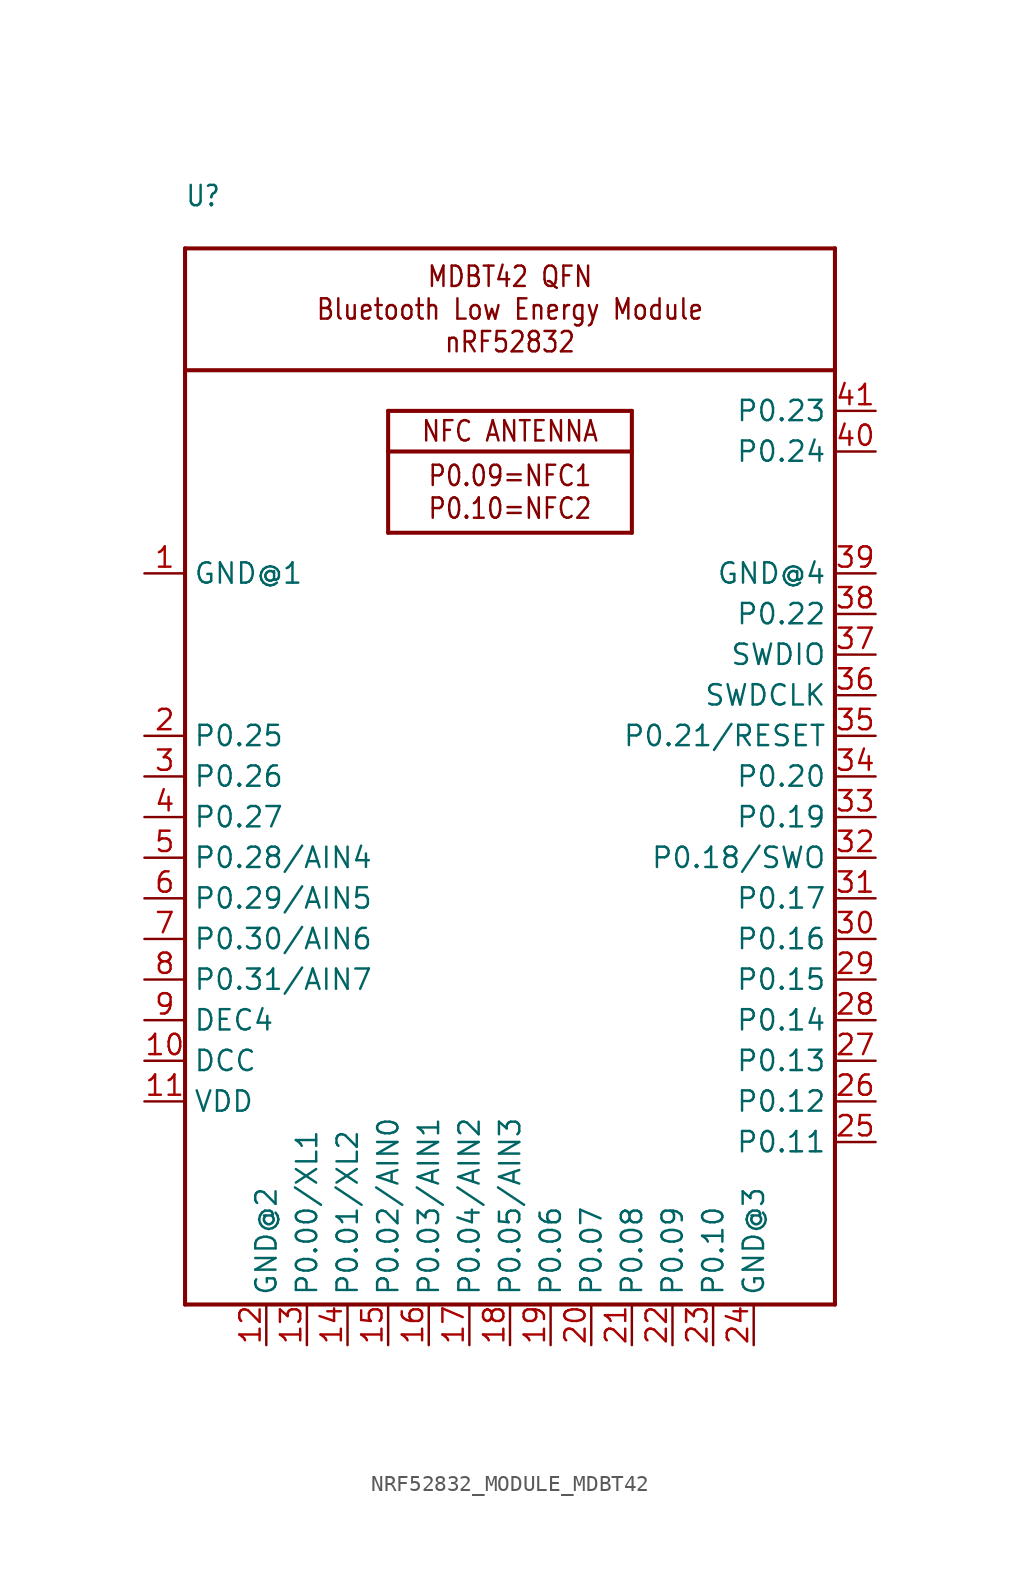
<source format=kicad_sym>
(kicad_symbol_lib
  (version 20231120)
  (generator "kicad_symbol_editor")
  (generator_version "8.0")
  (symbol "NRF52832_MODULE_MDBT42"
    (property "Reference" "U"
      (at -20.32 35.56 0)
      (effects (font (size 1.27 1.079)) (justify left bottom)))
    (property "Value" ""
      (at -17.78 22.86 0)
      (effects (font (size 1.27 1.079)) (justify left bottom)))
    (property "ki_locked" ""
      (at 0 0 0)
      (effects (font (size 1.27 1.27))))
    (symbol "NRF52832_MODULE_MDBT42_1_0"
      (polyline (pts (xy -20.32 -33.02) (xy 20.32 -33.02)) (stroke (width 0.254) (type solid)) (fill (type none)))
      (polyline (pts (xy -20.32 25.4) (xy -20.32 -33.02)) (stroke (width 0.254) (type solid)) (fill (type none)))
      (polyline (pts (xy -20.32 25.4) (xy -20.32 33.02)) (stroke (width 0.254) (type solid)) (fill (type none)))
      (polyline (pts (xy -20.32 33.02) (xy 20.32 33.02)) (stroke (width 0.254) (type solid)) (fill (type none)))
      (polyline (pts (xy -7.62 15.24) (xy -7.62 20.32)) (stroke (width 0.254) (type solid)) (fill (type none)))
      (polyline (pts (xy -7.62 20.32) (xy -7.62 22.86)) (stroke (width 0.254) (type solid)) (fill (type none)))
      (polyline (pts (xy -7.62 20.32) (xy 7.62 20.32)) (stroke (width 0.254) (type solid)) (fill (type none)))
      (polyline (pts (xy -7.62 22.86) (xy 7.62 22.86)) (stroke (width 0.254) (type solid)) (fill (type none)))
      (polyline (pts (xy 7.62 15.24) (xy -7.62 15.24)) (stroke (width 0.254) (type solid)) (fill (type none)))
      (polyline (pts (xy 7.62 20.32) (xy 7.62 15.24)) (stroke (width 0.254) (type solid)) (fill (type none)))
      (polyline (pts (xy 7.62 22.86) (xy 7.62 20.32)) (stroke (width 0.254) (type solid)) (fill (type none)))
      (polyline (pts (xy 20.32 -33.02) (xy 20.32 25.4)) (stroke (width 0.254) (type solid)) (fill (type none)))
      (polyline (pts (xy 20.32 25.4) (xy -20.32 25.4)) (stroke (width 0.254) (type solid)) (fill (type none)))
      (polyline (pts (xy 20.32 33.02) (xy 20.32 25.4)) (stroke (width 0.254) (type solid)) (fill (type none)))
      (text "MDBT42 QFN\nBluetooth Low Energy Module\nnRF52832" (at 0 29.21 0) (effects (font (size 1.27 1.079))))
      (text "NFC ANTENNA" (at 0 21.59 0) (effects (font (size 1.27 1.079))))
      (text "P0.09=NFC1\nP0.10=NFC2" (at 0 17.78 0) (effects (font (size 1.27 1.079))))
      (pin bidirectional line (at -22.86 12.7 0) (length 2.54) (name "GND@1" (effects (font (size 1.27 1.27)))) (number "1" (effects (font (size 1.27 1.27)))))
      (pin bidirectional line (at -22.86 -17.78 0) (length 2.54) (name "DCC" (effects (font (size 1.27 1.27)))) (number "10" (effects (font (size 1.27 1.27)))))
      (pin bidirectional line (at -22.86 -20.32 0) (length 2.54) (name "VDD" (effects (font (size 1.27 1.27)))) (number "11" (effects (font (size 1.27 1.27)))))
      (pin bidirectional line (at -15.24 -35.56 90) (length 2.54) (name "GND@2" (effects (font (size 1.27 1.27)))) (number "12" (effects (font (size 1.27 1.27)))))
      (pin bidirectional line (at -12.7 -35.56 90) (length 2.54) (name "P0.00/XL1" (effects (font (size 1.27 1.27)))) (number "13" (effects (font (size 1.27 1.27)))))
      (pin bidirectional line (at -10.16 -35.56 90) (length 2.54) (name "P0.01/XL2" (effects (font (size 1.27 1.27)))) (number "14" (effects (font (size 1.27 1.27)))))
      (pin bidirectional line (at -7.62 -35.56 90) (length 2.54) (name "P0.02/AIN0" (effects (font (size 1.27 1.27)))) (number "15" (effects (font (size 1.27 1.27)))))
      (pin bidirectional line (at -5.08 -35.56 90) (length 2.54) (name "P0.03/AIN1" (effects (font (size 1.27 1.27)))) (number "16" (effects (font (size 1.27 1.27)))))
      (pin bidirectional line (at -2.54 -35.56 90) (length 2.54) (name "P0.04/AIN2" (effects (font (size 1.27 1.27)))) (number "17" (effects (font (size 1.27 1.27)))))
      (pin bidirectional line (at 0 -35.56 90) (length 2.54) (name "P0.05/AIN3" (effects (font (size 1.27 1.27)))) (number "18" (effects (font (size 1.27 1.27)))))
      (pin bidirectional line (at 2.54 -35.56 90) (length 2.54) (name "P0.06" (effects (font (size 1.27 1.27)))) (number "19" (effects (font (size 1.27 1.27)))))
      (pin bidirectional line (at -22.86 2.54 0) (length 2.54) (name "P0.25" (effects (font (size 1.27 1.27)))) (number "2" (effects (font (size 1.27 1.27)))))
      (pin bidirectional line (at 5.08 -35.56 90) (length 2.54) (name "P0.07" (effects (font (size 1.27 1.27)))) (number "20" (effects (font (size 1.27 1.27)))))
      (pin bidirectional line (at 7.62 -35.56 90) (length 2.54) (name "P0.08" (effects (font (size 1.27 1.27)))) (number "21" (effects (font (size 1.27 1.27)))))
      (pin bidirectional line (at 10.16 -35.56 90) (length 2.54) (name "P0.09" (effects (font (size 1.27 1.27)))) (number "22" (effects (font (size 1.27 1.27)))))
      (pin bidirectional line (at 12.7 -35.56 90) (length 2.54) (name "P0.10" (effects (font (size 1.27 1.27)))) (number "23" (effects (font (size 1.27 1.27)))))
      (pin bidirectional line (at 15.24 -35.56 90) (length 2.54) (name "GND@3" (effects (font (size 1.27 1.27)))) (number "24" (effects (font (size 1.27 1.27)))))
      (pin bidirectional line (at 22.86 -22.86 180) (length 2.54) (name "P0.11" (effects (font (size 1.27 1.27)))) (number "25" (effects (font (size 1.27 1.27)))))
      (pin bidirectional line (at 22.86 -20.32 180) (length 2.54) (name "P0.12" (effects (font (size 1.27 1.27)))) (number "26" (effects (font (size 1.27 1.27)))))
      (pin bidirectional line (at 22.86 -17.78 180) (length 2.54) (name "P0.13" (effects (font (size 1.27 1.27)))) (number "27" (effects (font (size 1.27 1.27)))))
      (pin bidirectional line (at 22.86 -15.24 180) (length 2.54) (name "P0.14" (effects (font (size 1.27 1.27)))) (number "28" (effects (font (size 1.27 1.27)))))
      (pin bidirectional line (at 22.86 -12.7 180) (length 2.54) (name "P0.15" (effects (font (size 1.27 1.27)))) (number "29" (effects (font (size 1.27 1.27)))))
      (pin bidirectional line (at -22.86 0 0) (length 2.54) (name "P0.26" (effects (font (size 1.27 1.27)))) (number "3" (effects (font (size 1.27 1.27)))))
      (pin bidirectional line (at 22.86 -10.16 180) (length 2.54) (name "P0.16" (effects (font (size 1.27 1.27)))) (number "30" (effects (font (size 1.27 1.27)))))
      (pin bidirectional line (at 22.86 -7.62 180) (length 2.54) (name "P0.17" (effects (font (size 1.27 1.27)))) (number "31" (effects (font (size 1.27 1.27)))))
      (pin bidirectional line (at 22.86 -5.08 180) (length 2.54) (name "P0.18/SWO" (effects (font (size 1.27 1.27)))) (number "32" (effects (font (size 1.27 1.27)))))
      (pin bidirectional line (at 22.86 -2.54 180) (length 2.54) (name "P0.19" (effects (font (size 1.27 1.27)))) (number "33" (effects (font (size 1.27 1.27)))))
      (pin bidirectional line (at 22.86 0 180) (length 2.54) (name "P0.20" (effects (font (size 1.27 1.27)))) (number "34" (effects (font (size 1.27 1.27)))))
      (pin bidirectional line (at 22.86 2.54 180) (length 2.54) (name "P0.21/RESET" (effects (font (size 1.27 1.27)))) (number "35" (effects (font (size 1.27 1.27)))))
      (pin bidirectional line (at 22.86 5.08 180) (length 2.54) (name "SWDCLK" (effects (font (size 1.27 1.27)))) (number "36" (effects (font (size 1.27 1.27)))))
      (pin bidirectional line (at 22.86 7.62 180) (length 2.54) (name "SWDIO" (effects (font (size 1.27 1.27)))) (number "37" (effects (font (size 1.27 1.27)))))
      (pin bidirectional line (at 22.86 10.16 180) (length 2.54) (name "P0.22" (effects (font (size 1.27 1.27)))) (number "38" (effects (font (size 1.27 1.27)))))
      (pin bidirectional line (at 22.86 12.7 180) (length 2.54) (name "GND@4" (effects (font (size 1.27 1.27)))) (number "39" (effects (font (size 1.27 1.27)))))
      (pin bidirectional line (at -22.86 -2.54 0) (length 2.54) (name "P0.27" (effects (font (size 1.27 1.27)))) (number "4" (effects (font (size 1.27 1.27)))))
      (pin bidirectional line (at 22.86 20.32 180) (length 2.54) (name "P0.24" (effects (font (size 1.27 1.27)))) (number "40" (effects (font (size 1.27 1.27)))))
      (pin bidirectional line (at 22.86 22.86 180) (length 2.54) (name "P0.23" (effects (font (size 1.27 1.27)))) (number "41" (effects (font (size 1.27 1.27)))))
      (pin bidirectional line (at -22.86 -5.08 0) (length 2.54) (name "P0.28/AIN4" (effects (font (size 1.27 1.27)))) (number "5" (effects (font (size 1.27 1.27)))))
      (pin bidirectional line (at -22.86 -7.62 0) (length 2.54) (name "P0.29/AIN5" (effects (font (size 1.27 1.27)))) (number "6" (effects (font (size 1.27 1.27)))))
      (pin bidirectional line (at -22.86 -10.16 0) (length 2.54) (name "P0.30/AIN6" (effects (font (size 1.27 1.27)))) (number "7" (effects (font (size 1.27 1.27)))))
      (pin bidirectional line (at -22.86 -12.7 0) (length 2.54) (name "P0.31/AIN7" (effects (font (size 1.27 1.27)))) (number "8" (effects (font (size 1.27 1.27)))))
      (pin bidirectional line (at -22.86 -15.24 0) (length 2.54) (name "DEC4" (effects (font (size 1.27 1.27)))) (number "9" (effects (font (size 1.27 1.27))))))))
</source>
